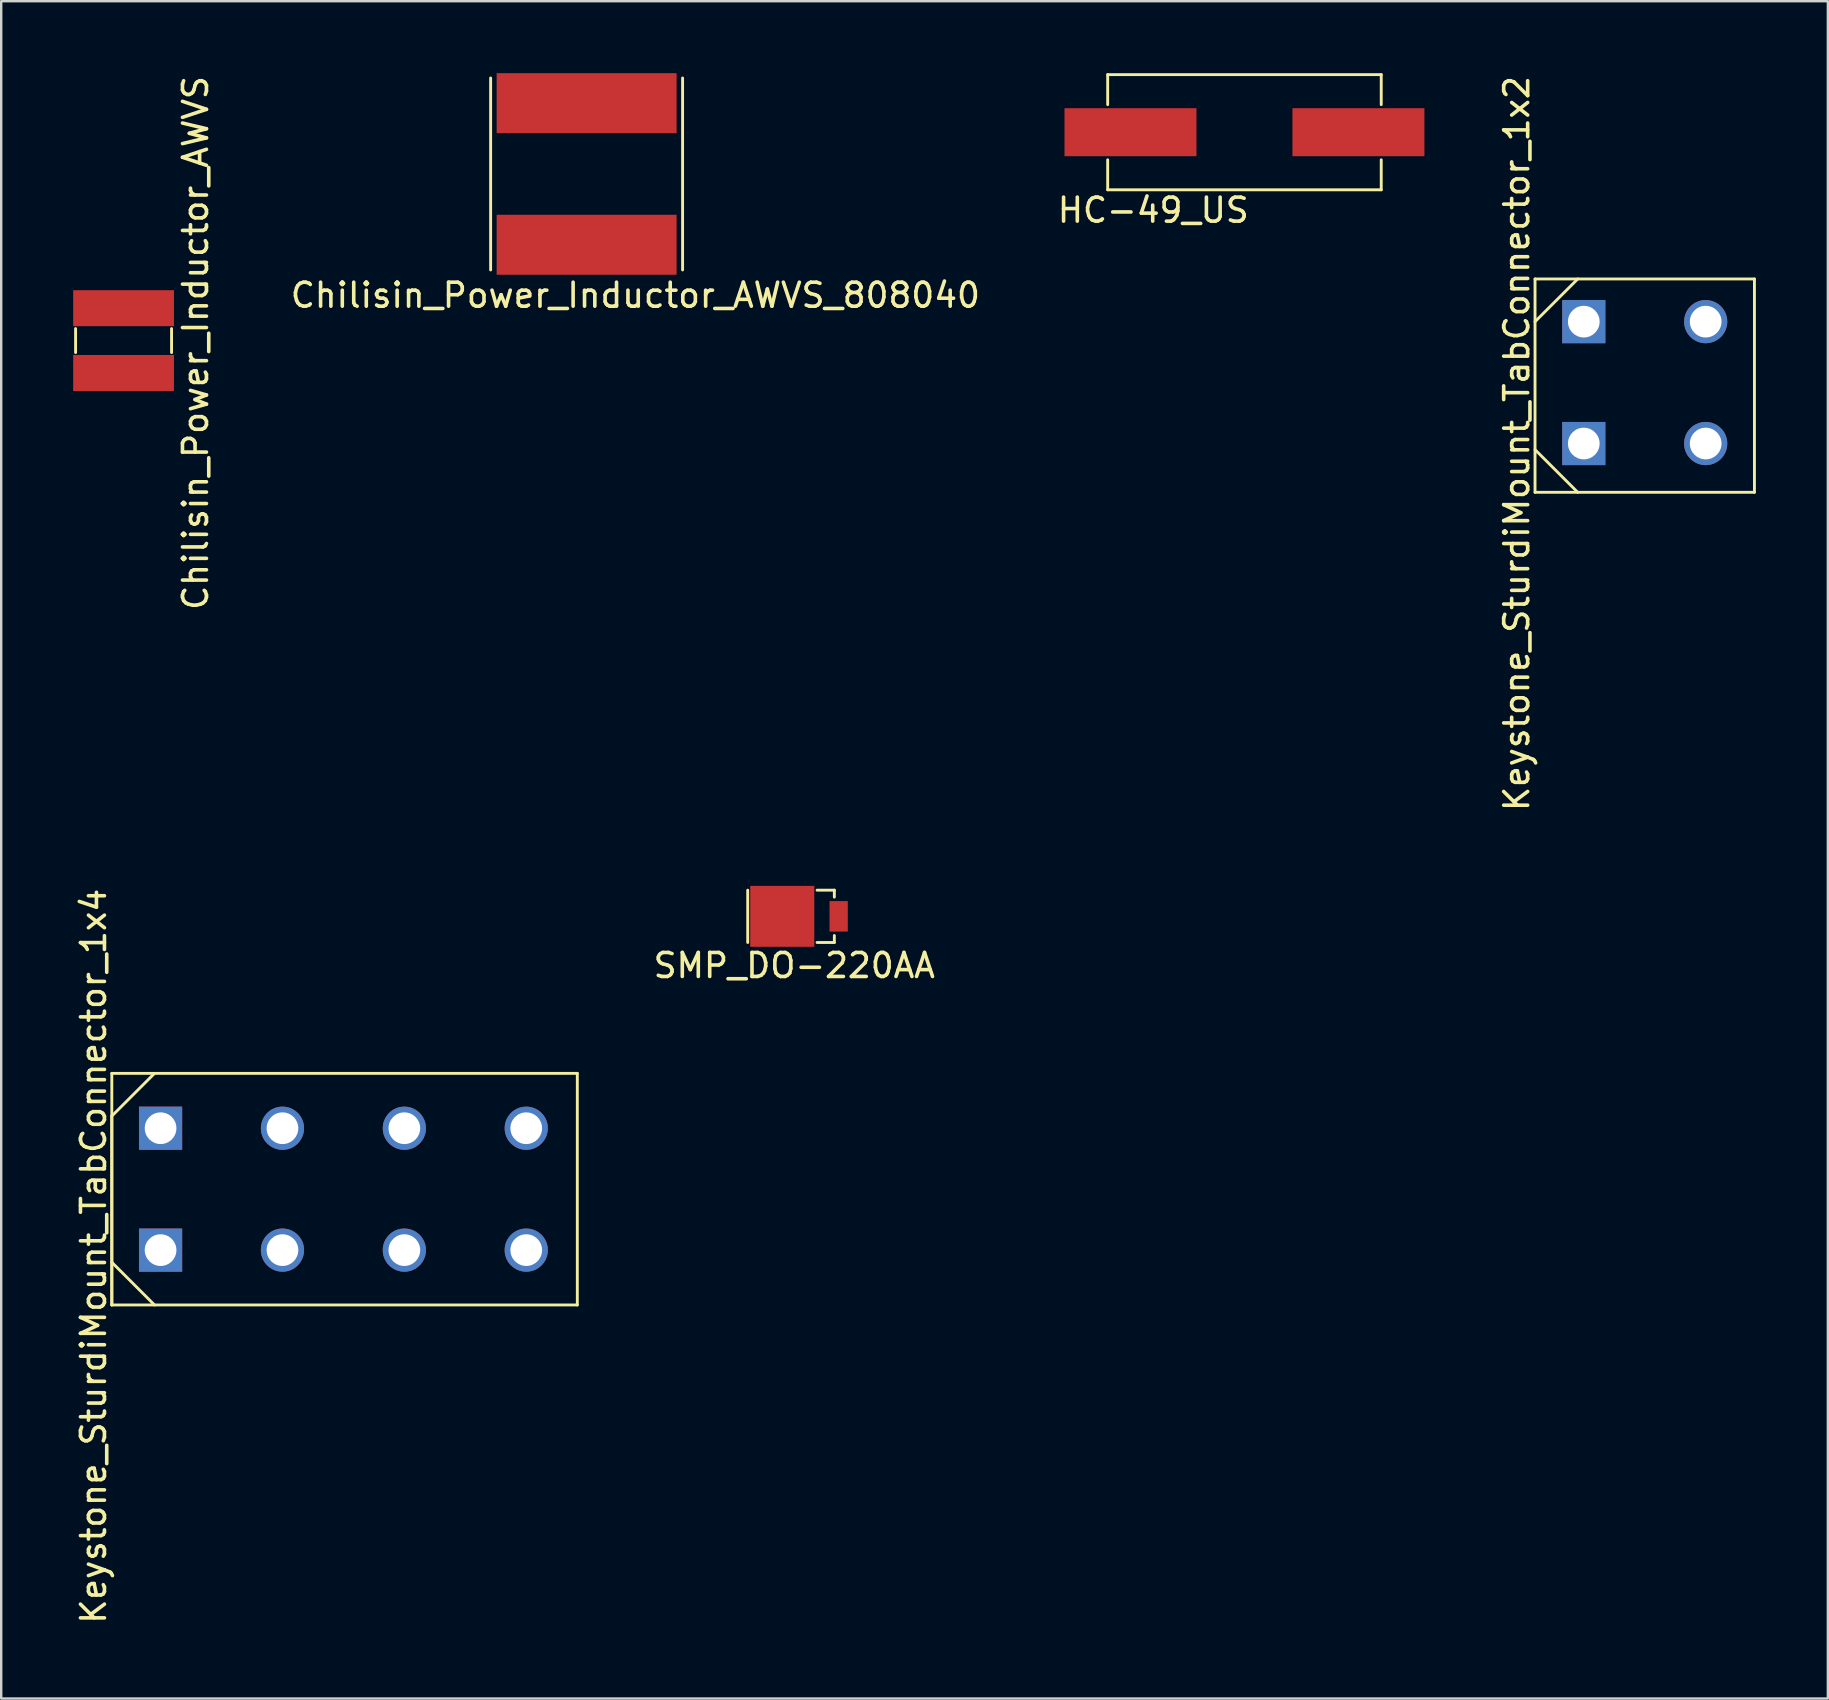
<source format=kicad_pcb>
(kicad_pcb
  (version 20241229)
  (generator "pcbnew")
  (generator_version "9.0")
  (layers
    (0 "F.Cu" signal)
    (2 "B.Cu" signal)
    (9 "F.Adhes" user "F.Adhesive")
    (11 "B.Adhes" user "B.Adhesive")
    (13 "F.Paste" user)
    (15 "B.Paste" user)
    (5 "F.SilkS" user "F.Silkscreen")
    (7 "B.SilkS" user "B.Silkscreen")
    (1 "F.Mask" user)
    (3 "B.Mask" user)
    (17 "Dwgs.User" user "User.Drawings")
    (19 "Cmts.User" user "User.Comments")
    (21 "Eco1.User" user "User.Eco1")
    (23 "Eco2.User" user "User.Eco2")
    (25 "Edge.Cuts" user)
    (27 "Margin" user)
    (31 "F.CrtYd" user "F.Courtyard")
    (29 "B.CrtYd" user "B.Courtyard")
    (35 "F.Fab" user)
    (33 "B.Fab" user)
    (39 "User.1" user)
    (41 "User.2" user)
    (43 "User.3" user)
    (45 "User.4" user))
  (footprint "Chilisin_Power_Inductor_AWVS"
    (layer "F.Cu")
    (at 2.1 11.144)
    (property "Reference" "Chilisin_Power_Inductor_AWVS" (at 3 0.1 90) (layer "F.SilkS") (effects (font (size 1 1) (thickness 0.15))))
    (attr through_hole)
    (fp_line (start -2 -0.5) (end -2 0.5) (stroke (width 0.12) (type solid)) (layer "F.SilkS"))
    (fp_line (start 2 -0.5) (end 2 0.5) (stroke (width 0.12) (type solid)) (layer "F.SilkS"))
    (pad "1" smd rect (at 0 1.35) (size 4.2 1.5) (layers "F.Cu" "F.Mask" "F.Paste"))
    (pad "2" smd rect (at 0 -1.35) (size 4.2 1.5) (layers "F.Cu" "F.Mask" "F.Paste")))
  (footprint "HC-49_US"
    (layer "F.Cu")
    (at 48.814 2.46)
    (property "Reference" "HC-49_US" (at -3.8 3.25 0) (layer "F.SilkS") (effects (font (size 1 1) (thickness 0.15))))
    (attr through_hole)
    (fp_line (start -5.7 -2.4) (end -5.7 -1.15) (stroke (width 0.12) (type solid)) (layer "F.SilkS"))
    (fp_line (start -5.7 -2.4) (end 5.7 -2.4) (stroke (width 0.12) (type solid)) (layer "F.SilkS"))
    (fp_line (start -5.7 2.4) (end -5.7 1.15) (stroke (width 0.12) (type solid)) (layer "F.SilkS"))
    (fp_line (start -5.7 2.4) (end 5.7 2.4) (stroke (width 0.12) (type solid)) (layer "F.SilkS"))
    (fp_line (start 5.7 -2.4) (end 5.7 -1.15) (stroke (width 0.12) (type solid)) (layer "F.SilkS"))
    (fp_line (start 5.7 1.15) (end 5.7 2.4) (stroke (width 0.12) (type solid)) (layer "F.SilkS"))
    (pad "1" smd rect (at 4.75 0) (size 5.5 2) (layers "F.Cu" "F.Mask" "F.Paste"))
    (pad "2" smd rect (at -4.75 0) (size 5.5 2) (layers "F.Cu" "F.Mask" "F.Paste")))
  (footprint "Chilisin_Power_Inductor_AWVS_808040"
    (layer "F.Cu")
    (at 21.398 4.2)
    (property "Reference" "Chilisin_Power_Inductor_AWVS_808040" (at 2.032 5.055 0) (layer "F.SilkS") (effects (font (size 1 1) (thickness 0.15))))
    (attr through_hole)
    (fp_line (start -4 -4) (end -4 4) (stroke (width 0.12) (type solid)) (layer "F.SilkS"))
    (fp_line (start 4 -4) (end 4 4) (stroke (width 0.12) (type solid)) (layer "F.SilkS"))
    (pad "1" smd rect (at 0 2.95) (size 7.5 2.5) (layers "F.Cu" "F.Mask" "F.Paste"))
    (pad "2" smd rect (at 0 -2.95) (size 7.5 2.5) (layers "F.Cu" "F.Mask" "F.Paste")))
  (footprint "Keystone_SturdiMount_TabConnector_1x2"
    (layer "F.Cu")
    (at 62.956 15.435)
    (property "Reference" "Keystone_SturdiMount_TabConnector_1x2" (at -2.794 0 90) (layer "F.SilkS") (effects (font (size 1 1) (thickness 0.15))))
    (attr through_hole)
    (fp_line (start -2.032 -6.858) (end -2.032 2.032) (stroke (width 0.12) (type solid)) (layer "F.SilkS"))
    (fp_line (start -2.032 -6.858) (end 7.112 -6.858) (stroke (width 0.12) (type solid)) (layer "F.SilkS"))
    (fp_line (start -2.032 2.032) (end 7.112 2.032) (stroke (width 0.12) (type solid)) (layer "F.SilkS"))
    (fp_line (start -0.254 -6.858) (end -2.032 -5.08) (stroke (width 0.12) (type solid)) (layer "F.SilkS"))
    (fp_line (start -0.254 2.032) (end -2.032 0.254) (stroke (width 0.12) (type solid)) (layer "F.SilkS"))
    (fp_line (start 7.112 2.032) (end 7.112 -6.858) (stroke (width 0.12) (type solid)) (layer "F.SilkS"))
    (pad "1" thru_hole rect (at 0 -5.08) (size 1.8 1.8) (drill 1.32) (layers "*.Cu" "*.Mask"))
    (pad "1" thru_hole rect (at 0 0) (size 1.8 1.8) (drill 1.32) (layers "*.Cu" "*.Mask"))
    (pad "2" thru_hole circle (at 5.08 -5.08) (size 1.8 1.8) (drill 1.32) (layers "*.Cu" "*.Mask"))
    (pad "2" thru_hole circle (at 5.08 0) (size 1.8 1.8) (drill 1.32) (layers "*.Cu" "*.Mask")))
  (footprint "Keystone_SturdiMount_TabConnector_1x4"
    (layer "F.Cu")
    (at 3.642 49.05)
    (property "Reference" "Keystone_SturdiMount_TabConnector_1x4" (at -2.794 0.254 90) (layer "F.SilkS") (effects (font (size 1 1) (thickness 0.15))))
    (attr through_hole)
    (fp_line (start -2.032 -7.366) (end -2.032 2.286) (stroke (width 0.12) (type solid)) (layer "F.SilkS"))
    (fp_line (start -2.032 -7.366) (end 17.368 -7.366) (stroke (width 0.12) (type solid)) (layer "F.SilkS"))
    (fp_line (start -2.032 -5.588) (end -2.032 2.286) (stroke (width 0.12) (type solid)) (layer "F.SilkS"))
    (fp_line (start -2.032 2.286) (end 17.368 2.286) (stroke (width 0.12) (type solid)) (layer "F.SilkS"))
    (fp_line (start -0.254 -7.366) (end -2.032 -5.588) (stroke (width 0.12) (type solid)) (layer "F.SilkS"))
    (fp_line (start -0.254 2.286) (end -2.032 0.508) (stroke (width 0.12) (type solid)) (layer "F.SilkS"))
    (fp_line (start 17.368 -7.366) (end 17.368 2.286) (stroke (width 0.12) (type solid)) (layer "F.SilkS"))
    (pad "1" thru_hole rect (at 0 -5.08) (size 1.8 1.8) (drill 1.32) (layers "*.Cu" "*.Mask"))
    (pad "1" thru_hole rect (at 0 0) (size 1.8 1.8) (drill 1.32) (layers "*.Cu" "*.Mask"))
    (pad "2" thru_hole circle (at 5.08 -5.08) (size 1.8 1.8) (drill 1.32) (layers "*.Cu" "*.Mask"))
    (pad "2" thru_hole circle (at 5.08 0) (size 1.8 1.8) (drill 1.32) (layers "*.Cu" "*.Mask"))
    (pad "3" thru_hole circle (at 10.16 -5.08) (size 1.8 1.8) (drill 1.32) (layers "*.Cu" "*.Mask"))
    (pad "3" thru_hole circle (at 10.16 0) (size 1.8 1.8) (drill 1.32) (layers "*.Cu" "*.Mask"))
    (pad "4" thru_hole circle (at 15.24 -5.08) (size 1.8 1.8) (drill 1.32) (layers "*.Cu" "*.Mask"))
    (pad "4" thru_hole circle (at 15.24 0) (size 1.8 1.8) (drill 1.32) (layers "*.Cu" "*.Mask")))
  (footprint "SMP_DO-220AA"
    (layer "F.Cu")
    (at 31.902 35.139)
    (property "Reference" "SMP_DO-220AA" (at -1.85 2.05 0) (layer "F.SilkS") (effects (font (size 1 1) (thickness 0.15))))
    (attr through_hole)
    (fp_line (start -3.79 1.09) (end -3.79 -1.09) (stroke (width 0.12) (type solid)) (layer "F.SilkS"))
    (fp_line (start -0.9 -1.09) (end -0.18 -1.09) (stroke (width 0.12) (type solid)) (layer "F.SilkS"))
    (fp_line (start -0.9 1.09) (end -0.18 1.09) (stroke (width 0.12) (type solid)) (layer "F.SilkS"))
    (fp_line (start -0.18 -1.09) (end -0.18 -0.8) (stroke (width 0.12) (type solid)) (layer "F.SilkS"))
    (fp_line (start -0.18 1.09) (end -0.18 0.8) (stroke (width 0.12) (type solid)) (layer "F.SilkS"))
    (pad "1" smd rect (at 0 0) (size 0.762 1.27) (layers "F.Cu" "F.Mask" "F.Paste"))
    (pad "2" smd rect (at -2.351 0) (size 2.67 2.54) (layers "F.Cu" "F.Mask" "F.Paste")))
  (gr_rect
    (start -3 -3)
    (end 73.128 67.738)
    (stroke (width 0.1) (type default))
    (fill no)
    (layer "Edge.Cuts")))
</source>
